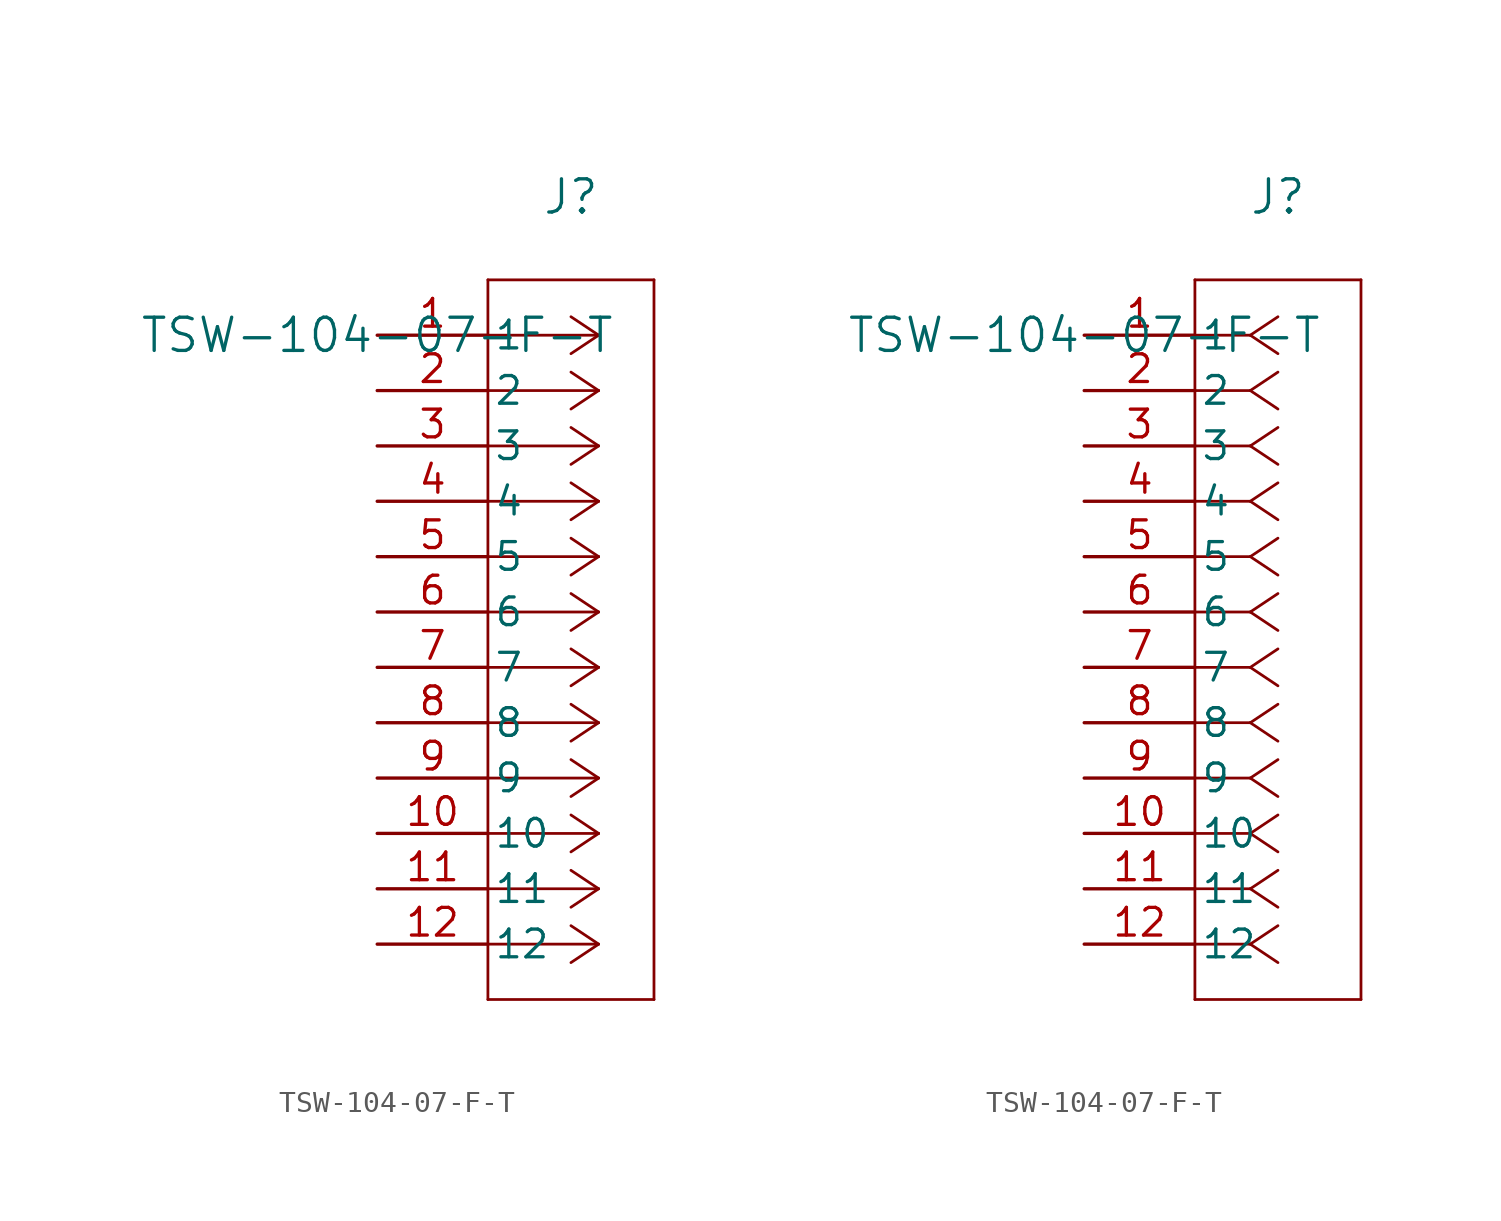
<source format=kicad_sym>
(kicad_symbol_lib
  (version 20211014)
  (generator kicad_symbol_editor)
  (symbol "TSW-104-07-F-T"
    (pin_names
      (offset 0.254))
    (property "Reference" "J"
      (at 8.89 6.35 0)
      (effects (font (size 1.524 1.524))))
    (property "Value" "TSW-104-07-F-T"
      (at 0 0 0)
      (effects (font (size 1.524 1.524))))
    (symbol "TSW-104-07-F-T_1_1"
      (polyline (pts (xy 10.16 0) (xy 5.08 0)) (stroke (width 0.127) (type default) (color 0 0 0 0)) (fill (type none)))
      (polyline (pts (xy 10.16 -2.54) (xy 5.08 -2.54)) (stroke (width 0.127) (type default) (color 0 0 0 0)) (fill (type none)))
      (polyline (pts (xy 10.16 -5.08) (xy 5.08 -5.08)) (stroke (width 0.127) (type default) (color 0 0 0 0)) (fill (type none)))
      (polyline (pts (xy 10.16 -7.62) (xy 5.08 -7.62)) (stroke (width 0.127) (type default) (color 0 0 0 0)) (fill (type none)))
      (polyline (pts (xy 10.16 -10.16) (xy 5.08 -10.16)) (stroke (width 0.127) (type default) (color 0 0 0 0)) (fill (type none)))
      (polyline (pts (xy 10.16 -12.7) (xy 5.08 -12.7)) (stroke (width 0.127) (type default) (color 0 0 0 0)) (fill (type none)))
      (polyline (pts (xy 10.16 -15.24) (xy 5.08 -15.24)) (stroke (width 0.127) (type default) (color 0 0 0 0)) (fill (type none)))
      (polyline (pts (xy 10.16 -17.78) (xy 5.08 -17.78)) (stroke (width 0.127) (type default) (color 0 0 0 0)) (fill (type none)))
      (polyline (pts (xy 10.16 -20.32) (xy 5.08 -20.32)) (stroke (width 0.127) (type default) (color 0 0 0 0)) (fill (type none)))
      (polyline (pts (xy 10.16 -22.86) (xy 5.08 -22.86)) (stroke (width 0.127) (type default) (color 0 0 0 0)) (fill (type none)))
      (polyline (pts (xy 10.16 -25.4) (xy 5.08 -25.4)) (stroke (width 0.127) (type default) (color 0 0 0 0)) (fill (type none)))
      (polyline (pts (xy 10.16 -27.94) (xy 5.08 -27.94)) (stroke (width 0.127) (type default) (color 0 0 0 0)) (fill (type none)))
      (polyline (pts (xy 10.16 0) (xy 8.89 0.847)) (stroke (width 0.127) (type default) (color 0 0 0 0)) (fill (type none)))
      (polyline (pts (xy 10.16 -2.54) (xy 8.89 -1.693)) (stroke (width 0.127) (type default) (color 0 0 0 0)) (fill (type none)))
      (polyline (pts (xy 10.16 -5.08) (xy 8.89 -4.233)) (stroke (width 0.127) (type default) (color 0 0 0 0)) (fill (type none)))
      (polyline (pts (xy 10.16 -7.62) (xy 8.89 -6.773)) (stroke (width 0.127) (type default) (color 0 0 0 0)) (fill (type none)))
      (polyline (pts (xy 10.16 -10.16) (xy 8.89 -9.313)) (stroke (width 0.127) (type default) (color 0 0 0 0)) (fill (type none)))
      (polyline (pts (xy 10.16 -12.7) (xy 8.89 -11.853)) (stroke (width 0.127) (type default) (color 0 0 0 0)) (fill (type none)))
      (polyline (pts (xy 10.16 -15.24) (xy 8.89 -14.393)) (stroke (width 0.127) (type default) (color 0 0 0 0)) (fill (type none)))
      (polyline (pts (xy 10.16 -17.78) (xy 8.89 -16.933)) (stroke (width 0.127) (type default) (color 0 0 0 0)) (fill (type none)))
      (polyline (pts (xy 10.16 -20.32) (xy 8.89 -19.473)) (stroke (width 0.127) (type default) (color 0 0 0 0)) (fill (type none)))
      (polyline (pts (xy 10.16 -22.86) (xy 8.89 -22.013)) (stroke (width 0.127) (type default) (color 0 0 0 0)) (fill (type none)))
      (polyline (pts (xy 10.16 -25.4) (xy 8.89 -24.553)) (stroke (width 0.127) (type default) (color 0 0 0 0)) (fill (type none)))
      (polyline (pts (xy 10.16 -27.94) (xy 8.89 -27.093)) (stroke (width 0.127) (type default) (color 0 0 0 0)) (fill (type none)))
      (polyline (pts (xy 10.16 0) (xy 8.89 -0.847)) (stroke (width 0.127) (type default) (color 0 0 0 0)) (fill (type none)))
      (polyline (pts (xy 10.16 -2.54) (xy 8.89 -3.387)) (stroke (width 0.127) (type default) (color 0 0 0 0)) (fill (type none)))
      (polyline (pts (xy 10.16 -5.08) (xy 8.89 -5.927)) (stroke (width 0.127) (type default) (color 0 0 0 0)) (fill (type none)))
      (polyline (pts (xy 10.16 -7.62) (xy 8.89 -8.467)) (stroke (width 0.127) (type default) (color 0 0 0 0)) (fill (type none)))
      (polyline (pts (xy 10.16 -10.16) (xy 8.89 -11.007)) (stroke (width 0.127) (type default) (color 0 0 0 0)) (fill (type none)))
      (polyline (pts (xy 10.16 -12.7) (xy 8.89 -13.547)) (stroke (width 0.127) (type default) (color 0 0 0 0)) (fill (type none)))
      (polyline (pts (xy 10.16 -15.24) (xy 8.89 -16.087)) (stroke (width 0.127) (type default) (color 0 0 0 0)) (fill (type none)))
      (polyline (pts (xy 10.16 -17.78) (xy 8.89 -18.627)) (stroke (width 0.127) (type default) (color 0 0 0 0)) (fill (type none)))
      (polyline (pts (xy 10.16 -20.32) (xy 8.89 -21.167)) (stroke (width 0.127) (type default) (color 0 0 0 0)) (fill (type none)))
      (polyline (pts (xy 10.16 -22.86) (xy 8.89 -23.707)) (stroke (width 0.127) (type default) (color 0 0 0 0)) (fill (type none)))
      (polyline (pts (xy 10.16 -25.4) (xy 8.89 -26.247)) (stroke (width 0.127) (type default) (color 0 0 0 0)) (fill (type none)))
      (polyline (pts (xy 10.16 -27.94) (xy 8.89 -28.787)) (stroke (width 0.127) (type default) (color 0 0 0 0)) (fill (type none)))
      (polyline (pts (xy 5.08 2.54) (xy 5.08 -30.48)) (stroke (width 0.127) (type default) (color 0 0 0 0)) (fill (type none)))
      (polyline (pts (xy 5.08 -30.48) (xy 12.7 -30.48)) (stroke (width 0.127) (type default) (color 0 0 0 0)) (fill (type none)))
      (polyline (pts (xy 12.7 -30.48) (xy 12.7 2.54)) (stroke (width 0.127) (type default) (color 0 0 0 0)) (fill (type none)))
      (polyline (pts (xy 12.7 2.54) (xy 5.08 2.54)) (stroke (width 0.127) (type default) (color 0 0 0 0)) (fill (type none)))
      (pin unspecified line (at 0 0 0) (length 5.08) (name "1" (effects (font (size 1.27 1.27)))) (number "1" (effects (font (size 1.27 1.27)))))
      (pin unspecified line (at 0 -2.54 0) (length 5.08) (name "2" (effects (font (size 1.27 1.27)))) (number "2" (effects (font (size 1.27 1.27)))))
      (pin unspecified line (at 0 -5.08 0) (length 5.08) (name "3" (effects (font (size 1.27 1.27)))) (number "3" (effects (font (size 1.27 1.27)))))
      (pin unspecified line (at 0 -7.62 0) (length 5.08) (name "4" (effects (font (size 1.27 1.27)))) (number "4" (effects (font (size 1.27 1.27)))))
      (pin unspecified line (at 0 -10.16 0) (length 5.08) (name "5" (effects (font (size 1.27 1.27)))) (number "5" (effects (font (size 1.27 1.27)))))
      (pin unspecified line (at 0 -12.7 0) (length 5.08) (name "6" (effects (font (size 1.27 1.27)))) (number "6" (effects (font (size 1.27 1.27)))))
      (pin unspecified line (at 0 -15.24 0) (length 5.08) (name "7" (effects (font (size 1.27 1.27)))) (number "7" (effects (font (size 1.27 1.27)))))
      (pin unspecified line (at 0 -17.78 0) (length 5.08) (name "8" (effects (font (size 1.27 1.27)))) (number "8" (effects (font (size 1.27 1.27)))))
      (pin unspecified line (at 0 -20.32 0) (length 5.08) (name "9" (effects (font (size 1.27 1.27)))) (number "9" (effects (font (size 1.27 1.27)))))
      (pin unspecified line (at 0 -22.86 0) (length 5.08) (name "10" (effects (font (size 1.27 1.27)))) (number "10" (effects (font (size 1.27 1.27)))))
      (pin unspecified line (at 0 -25.4 0) (length 5.08) (name "11" (effects (font (size 1.27 1.27)))) (number "11" (effects (font (size 1.27 1.27)))))
      (pin unspecified line (at 0 -27.94 0) (length 5.08) (name "12" (effects (font (size 1.27 1.27)))) (number "12" (effects (font (size 1.27 1.27))))))
    (symbol "TSW-104-07-F-T_1_2"
      (polyline (pts (xy 7.62 0) (xy 5.08 0)) (stroke (width 0.127) (type default) (color 0 0 0 0)) (fill (type none)))
      (polyline (pts (xy 7.62 -2.54) (xy 5.08 -2.54)) (stroke (width 0.127) (type default) (color 0 0 0 0)) (fill (type none)))
      (polyline (pts (xy 7.62 -5.08) (xy 5.08 -5.08)) (stroke (width 0.127) (type default) (color 0 0 0 0)) (fill (type none)))
      (polyline (pts (xy 7.62 -7.62) (xy 5.08 -7.62)) (stroke (width 0.127) (type default) (color 0 0 0 0)) (fill (type none)))
      (polyline (pts (xy 7.62 -10.16) (xy 5.08 -10.16)) (stroke (width 0.127) (type default) (color 0 0 0 0)) (fill (type none)))
      (polyline (pts (xy 7.62 -12.7) (xy 5.08 -12.7)) (stroke (width 0.127) (type default) (color 0 0 0 0)) (fill (type none)))
      (polyline (pts (xy 7.62 -15.24) (xy 5.08 -15.24)) (stroke (width 0.127) (type default) (color 0 0 0 0)) (fill (type none)))
      (polyline (pts (xy 7.62 -17.78) (xy 5.08 -17.78)) (stroke (width 0.127) (type default) (color 0 0 0 0)) (fill (type none)))
      (polyline (pts (xy 7.62 -20.32) (xy 5.08 -20.32)) (stroke (width 0.127) (type default) (color 0 0 0 0)) (fill (type none)))
      (polyline (pts (xy 7.62 -22.86) (xy 5.08 -22.86)) (stroke (width 0.127) (type default) (color 0 0 0 0)) (fill (type none)))
      (polyline (pts (xy 7.62 -25.4) (xy 5.08 -25.4)) (stroke (width 0.127) (type default) (color 0 0 0 0)) (fill (type none)))
      (polyline (pts (xy 7.62 -27.94) (xy 5.08 -27.94)) (stroke (width 0.127) (type default) (color 0 0 0 0)) (fill (type none)))
      (polyline (pts (xy 7.62 0) (xy 8.89 0.847)) (stroke (width 0.127) (type default) (color 0 0 0 0)) (fill (type none)))
      (polyline (pts (xy 7.62 -2.54) (xy 8.89 -1.693)) (stroke (width 0.127) (type default) (color 0 0 0 0)) (fill (type none)))
      (polyline (pts (xy 7.62 -5.08) (xy 8.89 -4.233)) (stroke (width 0.127) (type default) (color 0 0 0 0)) (fill (type none)))
      (polyline (pts (xy 7.62 -7.62) (xy 8.89 -6.773)) (stroke (width 0.127) (type default) (color 0 0 0 0)) (fill (type none)))
      (polyline (pts (xy 7.62 -10.16) (xy 8.89 -9.313)) (stroke (width 0.127) (type default) (color 0 0 0 0)) (fill (type none)))
      (polyline (pts (xy 7.62 -12.7) (xy 8.89 -11.853)) (stroke (width 0.127) (type default) (color 0 0 0 0)) (fill (type none)))
      (polyline (pts (xy 7.62 -15.24) (xy 8.89 -14.393)) (stroke (width 0.127) (type default) (color 0 0 0 0)) (fill (type none)))
      (polyline (pts (xy 7.62 -17.78) (xy 8.89 -16.933)) (stroke (width 0.127) (type default) (color 0 0 0 0)) (fill (type none)))
      (polyline (pts (xy 7.62 -20.32) (xy 8.89 -19.473)) (stroke (width 0.127) (type default) (color 0 0 0 0)) (fill (type none)))
      (polyline (pts (xy 7.62 -22.86) (xy 8.89 -22.013)) (stroke (width 0.127) (type default) (color 0 0 0 0)) (fill (type none)))
      (polyline (pts (xy 7.62 -25.4) (xy 8.89 -24.553)) (stroke (width 0.127) (type default) (color 0 0 0 0)) (fill (type none)))
      (polyline (pts (xy 7.62 -27.94) (xy 8.89 -27.093)) (stroke (width 0.127) (type default) (color 0 0 0 0)) (fill (type none)))
      (polyline (pts (xy 7.62 0) (xy 8.89 -0.847)) (stroke (width 0.127) (type default) (color 0 0 0 0)) (fill (type none)))
      (polyline (pts (xy 7.62 -2.54) (xy 8.89 -3.387)) (stroke (width 0.127) (type default) (color 0 0 0 0)) (fill (type none)))
      (polyline (pts (xy 7.62 -5.08) (xy 8.89 -5.927)) (stroke (width 0.127) (type default) (color 0 0 0 0)) (fill (type none)))
      (polyline (pts (xy 7.62 -7.62) (xy 8.89 -8.467)) (stroke (width 0.127) (type default) (color 0 0 0 0)) (fill (type none)))
      (polyline (pts (xy 7.62 -10.16) (xy 8.89 -11.007)) (stroke (width 0.127) (type default) (color 0 0 0 0)) (fill (type none)))
      (polyline (pts (xy 7.62 -12.7) (xy 8.89 -13.547)) (stroke (width 0.127) (type default) (color 0 0 0 0)) (fill (type none)))
      (polyline (pts (xy 7.62 -15.24) (xy 8.89 -16.087)) (stroke (width 0.127) (type default) (color 0 0 0 0)) (fill (type none)))
      (polyline (pts (xy 7.62 -17.78) (xy 8.89 -18.627)) (stroke (width 0.127) (type default) (color 0 0 0 0)) (fill (type none)))
      (polyline (pts (xy 7.62 -20.32) (xy 8.89 -21.167)) (stroke (width 0.127) (type default) (color 0 0 0 0)) (fill (type none)))
      (polyline (pts (xy 7.62 -22.86) (xy 8.89 -23.707)) (stroke (width 0.127) (type default) (color 0 0 0 0)) (fill (type none)))
      (polyline (pts (xy 7.62 -25.4) (xy 8.89 -26.247)) (stroke (width 0.127) (type default) (color 0 0 0 0)) (fill (type none)))
      (polyline (pts (xy 7.62 -27.94) (xy 8.89 -28.787)) (stroke (width 0.127) (type default) (color 0 0 0 0)) (fill (type none)))
      (polyline (pts (xy 5.08 2.54) (xy 5.08 -30.48)) (stroke (width 0.127) (type default) (color 0 0 0 0)) (fill (type none)))
      (polyline (pts (xy 5.08 -30.48) (xy 12.7 -30.48)) (stroke (width 0.127) (type default) (color 0 0 0 0)) (fill (type none)))
      (polyline (pts (xy 12.7 -30.48) (xy 12.7 2.54)) (stroke (width 0.127) (type default) (color 0 0 0 0)) (fill (type none)))
      (polyline (pts (xy 12.7 2.54) (xy 5.08 2.54)) (stroke (width 0.127) (type default) (color 0 0 0 0)) (fill (type none)))
      (pin unspecified line (at 0 0 0) (length 5.08) (name "1" (effects (font (size 1.27 1.27)))) (number "1" (effects (font (size 1.27 1.27)))))
      (pin unspecified line (at 0 -2.54 0) (length 5.08) (name "2" (effects (font (size 1.27 1.27)))) (number "2" (effects (font (size 1.27 1.27)))))
      (pin unspecified line (at 0 -5.08 0) (length 5.08) (name "3" (effects (font (size 1.27 1.27)))) (number "3" (effects (font (size 1.27 1.27)))))
      (pin unspecified line (at 0 -7.62 0) (length 5.08) (name "4" (effects (font (size 1.27 1.27)))) (number "4" (effects (font (size 1.27 1.27)))))
      (pin unspecified line (at 0 -10.16 0) (length 5.08) (name "5" (effects (font (size 1.27 1.27)))) (number "5" (effects (font (size 1.27 1.27)))))
      (pin unspecified line (at 0 -12.7 0) (length 5.08) (name "6" (effects (font (size 1.27 1.27)))) (number "6" (effects (font (size 1.27 1.27)))))
      (pin unspecified line (at 0 -15.24 0) (length 5.08) (name "7" (effects (font (size 1.27 1.27)))) (number "7" (effects (font (size 1.27 1.27)))))
      (pin unspecified line (at 0 -17.78 0) (length 5.08) (name "8" (effects (font (size 1.27 1.27)))) (number "8" (effects (font (size 1.27 1.27)))))
      (pin unspecified line (at 0 -20.32 0) (length 5.08) (name "9" (effects (font (size 1.27 1.27)))) (number "9" (effects (font (size 1.27 1.27)))))
      (pin unspecified line (at 0 -22.86 0) (length 5.08) (name "10" (effects (font (size 1.27 1.27)))) (number "10" (effects (font (size 1.27 1.27)))))
      (pin unspecified line (at 0 -25.4 0) (length 5.08) (name "11" (effects (font (size 1.27 1.27)))) (number "11" (effects (font (size 1.27 1.27)))))
      (pin unspecified line (at 0 -27.94 0) (length 5.08) (name "12" (effects (font (size 1.27 1.27)))) (number "12" (effects (font (size 1.27 1.27))))))))
</source>
